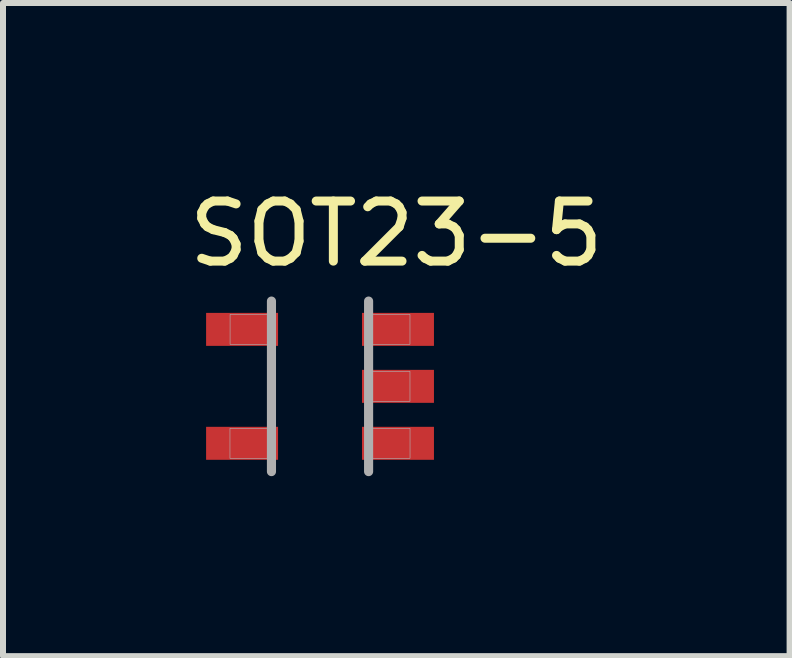
<source format=kicad_pcb>
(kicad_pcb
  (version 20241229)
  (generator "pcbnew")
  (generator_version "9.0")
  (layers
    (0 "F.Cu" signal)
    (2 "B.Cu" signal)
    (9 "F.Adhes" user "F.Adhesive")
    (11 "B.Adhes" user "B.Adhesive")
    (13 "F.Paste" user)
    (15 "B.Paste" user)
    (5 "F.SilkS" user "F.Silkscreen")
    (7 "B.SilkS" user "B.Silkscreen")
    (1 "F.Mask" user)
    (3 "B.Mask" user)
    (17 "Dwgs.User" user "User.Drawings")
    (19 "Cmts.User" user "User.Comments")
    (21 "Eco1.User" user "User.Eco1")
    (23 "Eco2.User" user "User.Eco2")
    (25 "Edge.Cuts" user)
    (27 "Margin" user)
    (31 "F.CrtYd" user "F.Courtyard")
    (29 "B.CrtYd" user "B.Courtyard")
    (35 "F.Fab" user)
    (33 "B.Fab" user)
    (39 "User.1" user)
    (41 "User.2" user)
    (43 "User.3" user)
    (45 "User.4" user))
  (footprint "SOT23-5"
    (layer "F.Cu")
    (at 2.287 3.393)
    (property "Reference" "SOT23-5" (at 1.272 -2.544 0) (layer "F.SilkS") (effects (font (size 1.002 1.002) (thickness 0.15))))
    (attr smd)
    (fp_line (start -0.81 1.422) (end -0.81 -1.422) (stroke (width 0.152) (type solid)) (layer "F.Fab"))
    (fp_line (start 0.81 -1.422) (end 0.81 1.422) (stroke (width 0.152) (type solid)) (layer "F.Fab"))
    (fp_poly (pts (xy -1.502 1.202) (xy -1.502 0.7) (xy -0.85 0.7) (xy -0.85 1.202)) (stroke (width 0.01) (type solid)) (fill no) (layer "F.Fab"))
    (fp_poly (pts (xy -1.5 -0.7) (xy -1.5 -1.2) (xy -0.85 -1.2) (xy -0.85 -0.7)) (stroke (width 0.01) (type solid)) (fill no) (layer "F.Fab"))
    (fp_poly (pts (xy 0.85 1.2) (xy 0.85 0.701) (xy 1.501 0.701) (xy 1.501 1.2)) (stroke (width 0.01) (type solid)) (fill no) (layer "F.Fab"))
    (fp_poly (pts (xy 0.85 0.25) (xy 0.85 -0.25) (xy 1.5 -0.25) (xy 1.5 0.25)) (stroke (width 0.01) (type solid)) (fill no) (layer "F.Fab"))
    (fp_poly (pts (xy 0.851 -0.701) (xy 0.851 -1.2) (xy 1.5 -1.2) (xy 1.5 -0.701)) (stroke (width 0.01) (type solid)) (fill no) (layer "F.Fab"))
    (pad "1" smd rect (at 1.3 0.95) (size 1.2 0.55) (layers "F.Cu" "F.Mask" "F.Paste"))
    (pad "2" smd rect (at 1.3 0) (size 1.2 0.55) (layers "F.Cu" "F.Mask" "F.Paste"))
    (pad "3" smd rect (at 1.3 -0.95) (size 1.2 0.55) (layers "F.Cu" "F.Mask" "F.Paste"))
    (pad "4" smd rect (at -1.3 -0.95) (size 1.2 0.55) (layers "F.Cu" "F.Mask" "F.Paste"))
    (pad "5" smd rect (at -1.3 0.95) (size 1.2 0.55) (layers "F.Cu" "F.Mask" "F.Paste")))
  (gr_rect
    (start -3 -3)
    (end 10.118 7.892)
    (stroke (width 0.1) (type default))
    (fill no)
    (layer "Edge.Cuts")))
</source>
